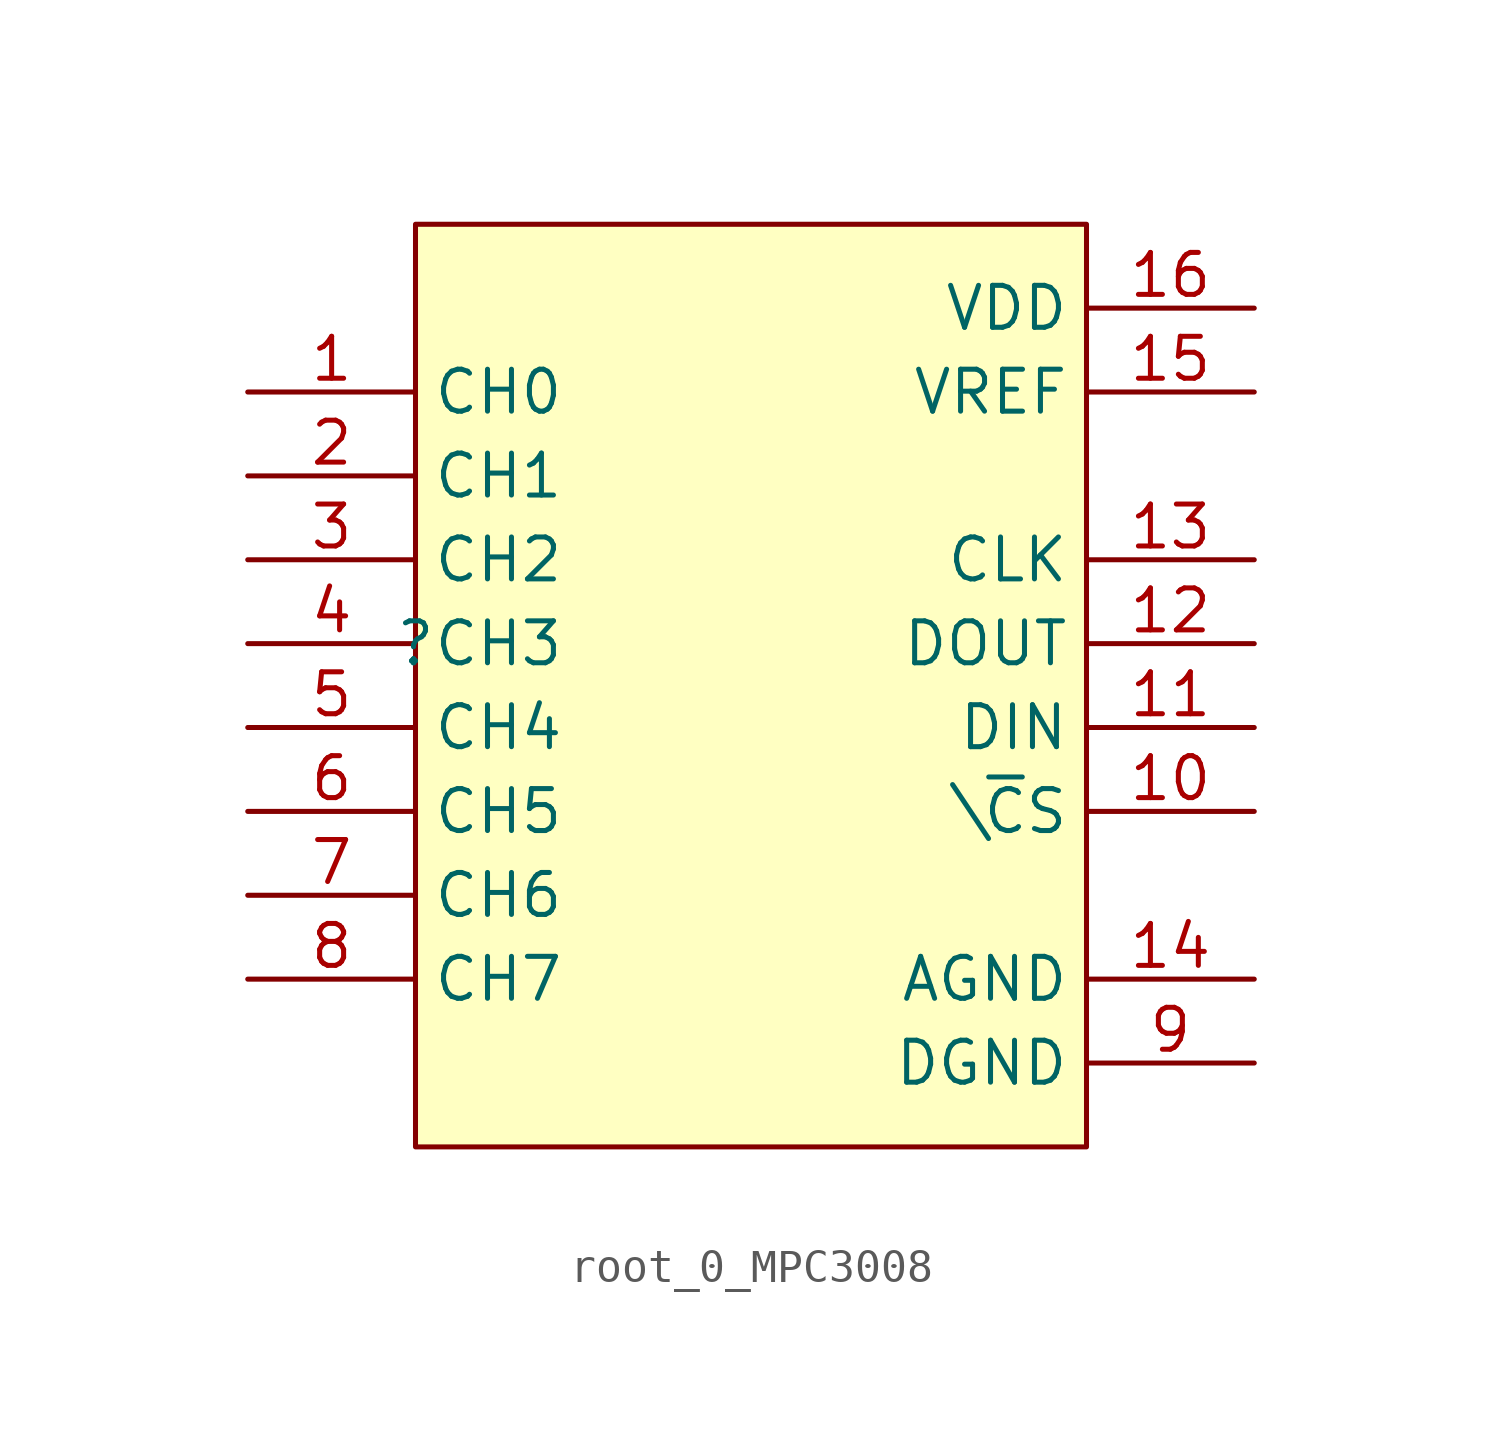
<source format=kicad_sym>
(kicad_symbol_lib
  (version 20220914)
  (generator kicad_symbol_editor)
  (symbol "root_0_MPC3008"
    (property "Reference" ""
      (at 0 0 0)
      (effects (font (size 1.27 1.27))))
    (property "Value" ""
      (at 0 0 0)
      (effects (font (size 1.27 1.27))))
    (symbol "root_0_MPC3008_1_0"
      (rectangle (start 20.32 12.7) (end 0 -15.24) (stroke (width 0) (type solid)) (fill (type background)))
      (pin passive line (at -5.08 7.62 0) (length 5.08) (name "CH0" (effects (font (size 1.27 1.27)))) (number "1" (effects (font (size 1.27 1.27)))))
      (pin passive line (at 25.4 -5.08 180) (length 5.08) (name "\\~{C}S" (effects (font (size 1.27 1.27)))) (number "10" (effects (font (size 1.27 1.27)))))
      (pin passive line (at 25.4 -2.54 180) (length 5.08) (name "DIN" (effects (font (size 1.27 1.27)))) (number "11" (effects (font (size 1.27 1.27)))))
      (pin passive line (at 25.4 0 180) (length 5.08) (name "DOUT" (effects (font (size 1.27 1.27)))) (number "12" (effects (font (size 1.27 1.27)))))
      (pin passive line (at 25.4 2.54 180) (length 5.08) (name "CLK" (effects (font (size 1.27 1.27)))) (number "13" (effects (font (size 1.27 1.27)))))
      (pin passive line (at 25.4 -10.16 180) (length 5.08) (name "AGND" (effects (font (size 1.27 1.27)))) (number "14" (effects (font (size 1.27 1.27)))))
      (pin passive line (at 25.4 7.62 180) (length 5.08) (name "VREF" (effects (font (size 1.27 1.27)))) (number "15" (effects (font (size 1.27 1.27)))))
      (pin passive line (at 25.4 10.16 180) (length 5.08) (name "VDD" (effects (font (size 1.27 1.27)))) (number "16" (effects (font (size 1.27 1.27)))))
      (pin passive line (at -5.08 5.08 0) (length 5.08) (name "CH1" (effects (font (size 1.27 1.27)))) (number "2" (effects (font (size 1.27 1.27)))))
      (pin passive line (at -5.08 2.54 0) (length 5.08) (name "CH2" (effects (font (size 1.27 1.27)))) (number "3" (effects (font (size 1.27 1.27)))))
      (pin passive line (at -5.08 0 0) (length 5.08) (name "CH3" (effects (font (size 1.27 1.27)))) (number "4" (effects (font (size 1.27 1.27)))))
      (pin passive line (at -5.08 -2.54 0) (length 5.08) (name "CH4" (effects (font (size 1.27 1.27)))) (number "5" (effects (font (size 1.27 1.27)))))
      (pin passive line (at -5.08 -5.08 0) (length 5.08) (name "CH5" (effects (font (size 1.27 1.27)))) (number "6" (effects (font (size 1.27 1.27)))))
      (pin passive line (at -5.08 -7.62 0) (length 5.08) (name "CH6" (effects (font (size 1.27 1.27)))) (number "7" (effects (font (size 1.27 1.27)))))
      (pin passive line (at -5.08 -10.16 0) (length 5.08) (name "CH7" (effects (font (size 1.27 1.27)))) (number "8" (effects (font (size 1.27 1.27)))))
      (pin passive line (at 25.4 -12.7 180) (length 5.08) (name "DGND" (effects (font (size 1.27 1.27)))) (number "9" (effects (font (size 1.27 1.27))))))))
</source>
